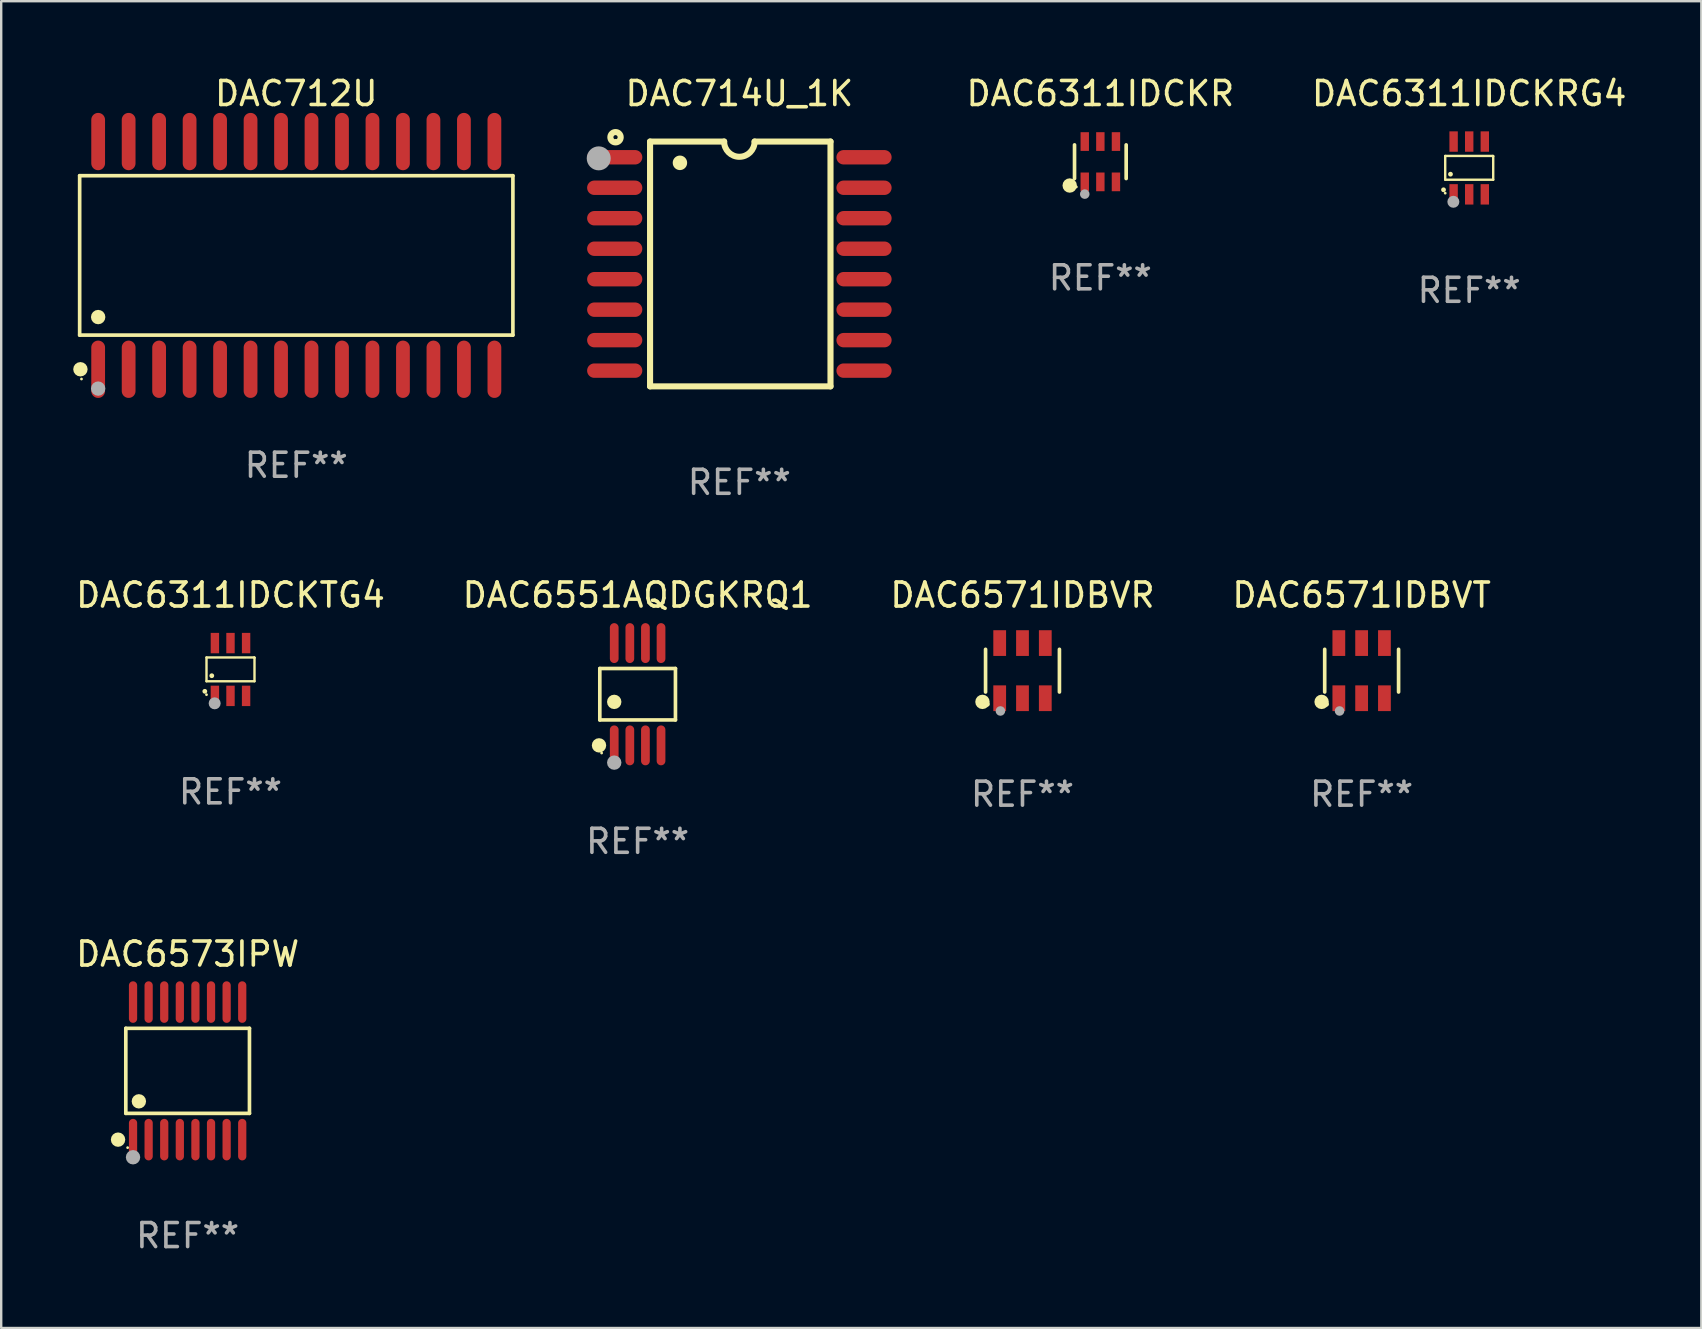
<source format=kicad_pcb>
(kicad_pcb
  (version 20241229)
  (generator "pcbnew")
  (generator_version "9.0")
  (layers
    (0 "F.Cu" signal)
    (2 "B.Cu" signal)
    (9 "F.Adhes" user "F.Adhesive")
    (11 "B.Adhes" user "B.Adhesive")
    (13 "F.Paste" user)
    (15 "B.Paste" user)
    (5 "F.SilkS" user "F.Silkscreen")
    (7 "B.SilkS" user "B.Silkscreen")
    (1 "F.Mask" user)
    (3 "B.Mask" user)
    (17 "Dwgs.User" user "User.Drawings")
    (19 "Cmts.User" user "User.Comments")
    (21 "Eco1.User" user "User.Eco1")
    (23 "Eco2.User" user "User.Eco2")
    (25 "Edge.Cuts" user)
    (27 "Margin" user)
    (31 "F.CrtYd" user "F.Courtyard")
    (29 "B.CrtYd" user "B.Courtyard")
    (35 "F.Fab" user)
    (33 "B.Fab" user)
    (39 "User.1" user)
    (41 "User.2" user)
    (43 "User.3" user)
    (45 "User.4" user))
  (footprint "DAC6573IPW"
    (layer "F.Cu")
    (at 4.768 41.569)
    (property "Reference" "DAC6573IPW" (at 0 -4.866 0) (layer "F.SilkS") (effects (font (size 1 1) (thickness 0.15))))
    (attr through_hole)
    (fp_line (start -2.576 -1.772) (end 2.576 -1.772) (stroke (width 0.152) (type solid)) (layer "F.SilkS"))
    (fp_line (start -2.576 1.771) (end -2.576 -1.772) (stroke (width 0.152) (type solid)) (layer "F.SilkS"))
    (fp_line (start 2.576 -1.772) (end 2.576 1.771) (stroke (width 0.152) (type solid)) (layer "F.SilkS"))
    (fp_line (start 2.576 1.771) (end -2.576 1.771) (stroke (width 0.152) (type solid)) (layer "F.SilkS"))
    (fp_circle (center -2.899 2.866) (end -2.749 2.866) (stroke (width 0.3) (type solid)) (fill no) (layer "F.SilkS"))
    (fp_circle (center -2.5 3.2) (end -2.47 3.2) (stroke (width 0.06) (type solid)) (fill no) (layer "F.SilkS"))
    (fp_circle (center -2.032 1.27) (end -1.882 1.27) (stroke (width 0.3) (type solid)) (fill no) (layer "F.SilkS"))
    (fp_circle (center -2.275 3.6) (end -2.125 3.6) (stroke (width 0.3) (type solid)) (fill no) (layer "F.Fab"))
    (fp_text user "REF**" (at 0 6.866 0) (layer "F.Fab") (effects (font (size 1 1) (thickness 0.15))))
    (pad "1" smd oval (at -2.275 2.866) (size 0.343 1.731) (layers "F.Cu" "F.Mask" "F.Paste"))
    (pad "2" smd oval (at -1.625 2.866) (size 0.343 1.731) (layers "F.Cu" "F.Mask" "F.Paste"))
    (pad "3" smd oval (at -0.975 2.866) (size 0.343 1.731) (layers "F.Cu" "F.Mask" "F.Paste"))
    (pad "4" smd oval (at -0.325 2.866) (size 0.343 1.731) (layers "F.Cu" "F.Mask" "F.Paste"))
    (pad "5" smd oval (at 0.325 2.866) (size 0.343 1.731) (layers "F.Cu" "F.Mask" "F.Paste"))
    (pad "6" smd oval (at 0.975 2.866) (size 0.343 1.731) (layers "F.Cu" "F.Mask" "F.Paste"))
    (pad "7" smd oval (at 1.625 2.866) (size 0.343 1.731) (layers "F.Cu" "F.Mask" "F.Paste"))
    (pad "8" smd oval (at 2.275 2.866) (size 0.343 1.731) (layers "F.Cu" "F.Mask" "F.Paste"))
    (pad "9" smd oval (at 2.275 -2.866) (size 0.343 1.731) (layers "F.Cu" "F.Mask" "F.Paste"))
    (pad "10" smd oval (at 1.625 -2.866) (size 0.343 1.731) (layers "F.Cu" "F.Mask" "F.Paste"))
    (pad "11" smd oval (at 0.975 -2.866) (size 0.343 1.731) (layers "F.Cu" "F.Mask" "F.Paste"))
    (pad "12" smd oval (at 0.325 -2.866) (size 0.343 1.731) (layers "F.Cu" "F.Mask" "F.Paste"))
    (pad "13" smd oval (at -0.325 -2.866) (size 0.343 1.731) (layers "F.Cu" "F.Mask" "F.Paste"))
    (pad "14" smd oval (at -0.975 -2.866) (size 0.343 1.731) (layers "F.Cu" "F.Mask" "F.Paste"))
    (pad "15" smd oval (at -1.625 -2.866) (size 0.343 1.731) (layers "F.Cu" "F.Mask" "F.Paste"))
    (pad "16" smd oval (at -2.275 -2.866) (size 0.343 1.731) (layers "F.Cu" "F.Mask" "F.Paste")))
  (footprint "DAC6311IDCKR"
    (layer "F.Cu")
    (at 42.798 3.688)
    (property "Reference" "DAC6311IDCKR" (at 0 -2.84 0) (layer "F.SilkS") (effects (font (size 1 1) (thickness 0.15))))
    (attr through_hole)
    (fp_line (start -1.076 0.701) (end -1.076 -0.701) (stroke (width 0.152) (type solid)) (layer "F.SilkS"))
    (fp_line (start 1.076 0.701) (end 1.076 -0.701) (stroke (width 0.152) (type solid)) (layer "F.SilkS"))
    (fp_circle (center -1.277 0.992) (end -1.127 0.992) (stroke (width 0.3) (type solid)) (fill no) (layer "F.SilkS"))
    (fp_circle (center -1 1.05) (end -0.97 1.05) (stroke (width 0.06) (type solid)) (fill no) (layer "F.SilkS"))
    (fp_circle (center -0.65 1.35) (end -0.55 1.35) (stroke (width 0.2) (type solid)) (fill no) (layer "F.Fab"))
    (fp_text user "REF**" (at 0 4.84 0) (layer "F.Fab") (effects (font (size 1 1) (thickness 0.15))))
    (pad "1" smd rect (at -0.65 0.84) (size 0.35 0.78) (layers "F.Cu" "F.Mask" "F.Paste"))
    (pad "2" smd rect (at 0 0.84) (size 0.35 0.78) (layers "F.Cu" "F.Mask" "F.Paste"))
    (pad "3" smd rect (at 0.65 0.84) (size 0.35 0.78) (layers "F.Cu" "F.Mask" "F.Paste"))
    (pad "4" smd rect (at 0.65 -0.84) (size 0.35 0.78) (layers "F.Cu" "F.Mask" "F.Paste"))
    (pad "5" smd rect (at 0 -0.84) (size 0.35 0.78) (layers "F.Cu" "F.Mask" "F.Paste"))
    (pad "6" smd rect (at -0.65 -0.84) (size 0.35 0.78) (layers "F.Cu" "F.Mask" "F.Paste")))
  (footprint "DAC6551AQDGKRQ1"
    (layer "F.Cu")
    (at 23.518 25.876)
    (property "Reference" "DAC6551AQDGKRQ1" (at 0 -4.131 0) (layer "F.SilkS") (effects (font (size 1 1) (thickness 0.15))))
    (attr through_hole)
    (fp_line (start -1.576 -1.071) (end 1.576 -1.071) (stroke (width 0.152) (type solid)) (layer "F.SilkS"))
    (fp_line (start -1.576 1.071) (end -1.576 -1.071) (stroke (width 0.152) (type solid)) (layer "F.SilkS"))
    (fp_line (start 1.576 -1.071) (end 1.576 1.071) (stroke (width 0.152) (type solid)) (layer "F.SilkS"))
    (fp_line (start 1.576 1.071) (end -1.576 1.071) (stroke (width 0.152) (type solid)) (layer "F.SilkS"))
    (fp_circle (center -1.609 2.131) (end -1.459 2.131) (stroke (width 0.3) (type solid)) (fill no) (layer "F.SilkS"))
    (fp_circle (center -1.5 2.45) (end -1.47 2.45) (stroke (width 0.06) (type solid)) (fill no) (layer "F.SilkS"))
    (fp_circle (center -0.975 0.319) (end -0.825 0.319) (stroke (width 0.3) (type solid)) (fill no) (layer "F.SilkS"))
    (fp_circle (center -0.975 2.85) (end -0.825 2.85) (stroke (width 0.3) (type solid)) (fill no) (layer "F.Fab"))
    (fp_text user "REF**" (at 0 6.131 0) (layer "F.Fab") (effects (font (size 1 1) (thickness 0.15))))
    (pad "1" smd oval (at -0.975 2.131) (size 0.364 1.662) (layers "F.Cu" "F.Mask" "F.Paste"))
    (pad "2" smd oval (at -0.325 2.131) (size 0.364 1.662) (layers "F.Cu" "F.Mask" "F.Paste"))
    (pad "3" smd oval (at 0.325 2.131) (size 0.364 1.662) (layers "F.Cu" "F.Mask" "F.Paste"))
    (pad "4" smd oval (at 0.975 2.131) (size 0.364 1.662) (layers "F.Cu" "F.Mask" "F.Paste"))
    (pad "5" smd oval (at 0.975 -2.131) (size 0.364 1.662) (layers "F.Cu" "F.Mask" "F.Paste"))
    (pad "6" smd oval (at 0.325 -2.131) (size 0.364 1.662) (layers "F.Cu" "F.Mask" "F.Paste"))
    (pad "7" smd oval (at -0.325 -2.131) (size 0.364 1.662) (layers "F.Cu" "F.Mask" "F.Paste"))
    (pad "8" smd oval (at -0.975 -2.131) (size 0.364 1.662) (layers "F.Cu" "F.Mask" "F.Paste")))
  (footprint "DAC6311IDCKRG4"
    (layer "F.Cu")
    (at 58.167 3.948)
    (property "Reference" "DAC6311IDCKRG4" (at 0 -3.1 0) (layer "F.SilkS") (effects (font (size 1 1) (thickness 0.15))))
    (attr through_hole)
    (fp_line (start -1 -0.5) (end -1 0.49) (stroke (width 0.1) (type solid)) (layer "F.SilkS"))
    (fp_line (start -1 0.49) (end 1 0.49) (stroke (width 0.1) (type solid)) (layer "F.SilkS"))
    (fp_line (start 0.99 -0.5) (end -1 -0.5) (stroke (width 0.1) (type solid)) (layer "F.SilkS"))
    (fp_line (start 1 -0.49) (end 0.99 -0.5) (stroke (width 0.1) (type solid)) (layer "F.SilkS"))
    (fp_line (start 1 0.49) (end 1 -0.49) (stroke (width 0.1) (type solid)) (layer "F.SilkS"))
    (fp_circle (center -1.07 0.91) (end -1.02 0.91) (stroke (width 0.1) (type solid)) (fill no) (layer "F.SilkS"))
    (fp_circle (center -1 1.05) (end -0.97 1.05) (stroke (width 0.06) (type solid)) (fill no) (layer "F.SilkS"))
    (fp_circle (center -0.78 0.26) (end -0.73 0.26) (stroke (width 0.1) (type solid)) (fill no) (layer "F.SilkS"))
    (fp_circle (center -0.66 1.41) (end -0.535 1.41) (stroke (width 0.25) (type solid)) (fill no) (layer "F.Fab"))
    (fp_text user "REF**" (at 0 5.1 0) (layer "F.Fab") (effects (font (size 1 1) (thickness 0.15))))
    (pad "1" smd rect (at -0.65 1.1) (size 0.35 0.85) (layers "F.Cu" "F.Mask" "F.Paste"))
    (pad "2" smd rect (at 0 1.1) (size 0.35 0.85) (layers "F.Cu" "F.Mask" "F.Paste"))
    (pad "3" smd rect (at 0.65 1.1) (size 0.35 0.85) (layers "F.Cu" "F.Mask" "F.Paste"))
    (pad "4" smd rect (at 0.65 -1.1) (size 0.35 0.85) (layers "F.Cu" "F.Mask" "F.Paste"))
    (pad "5" smd rect (at 0 -1.1) (size 0.35 0.85) (layers "F.Cu" "F.Mask" "F.Paste"))
    (pad "6" smd rect (at -0.65 -1.1) (size 0.35 0.85) (layers "F.Cu" "F.Mask" "F.Paste")))
  (footprint "DAC6571IDBVT"
    (layer "F.Cu")
    (at 53.685 24.894)
    (property "Reference" "DAC6571IDBVT" (at 0 -3.149 0) (layer "F.SilkS") (effects (font (size 1 1) (thickness 0.15))))
    (attr through_hole)
    (fp_line (start -1.539 0.889) (end -1.539 -0.889) (stroke (width 0.152) (type solid)) (layer "F.SilkS"))
    (fp_line (start 1.539 0.889) (end 1.539 -0.889) (stroke (width 0.152) (type solid)) (layer "F.SilkS"))
    (fp_circle (center -1.668 1.301) (end -1.518 1.301) (stroke (width 0.3) (type solid)) (fill no) (layer "F.SilkS"))
    (fp_circle (center -1.463 1.4) (end -1.413 1.4) (stroke (width 0.1) (type solid)) (fill no) (layer "F.SilkS"))
    (fp_circle (center -0.92 1.68) (end -0.82 1.68) (stroke (width 0.2) (type solid)) (fill no) (layer "F.Fab"))
    (fp_text user "REF**" (at 0 5.149 0) (layer "F.Fab") (effects (font (size 1 1) (thickness 0.15))))
    (pad "1" smd rect (at -0.95 1.149) (size 0.532 1.072) (layers "F.Cu" "F.Mask" "F.Paste"))
    (pad "2" smd rect (at 0 1.149) (size 0.532 1.072) (layers "F.Cu" "F.Mask" "F.Paste"))
    (pad "3" smd rect (at 0.95 1.149) (size 0.532 1.072) (layers "F.Cu" "F.Mask" "F.Paste"))
    (pad "4" smd rect (at 0.95 -1.149) (size 0.532 1.072) (layers "F.Cu" "F.Mask" "F.Paste"))
    (pad "5" smd rect (at 0 -1.149) (size 0.532 1.072) (layers "F.Cu" "F.Mask" "F.Paste"))
    (pad "6" smd rect (at -0.95 -1.149) (size 0.532 1.072) (layers "F.Cu" "F.Mask" "F.Paste")))
  (footprint "DAC712U"
    (layer "F.Cu")
    (at 9.295 7.592)
    (property "Reference" "DAC712U" (at 0 -6.744 0) (layer "F.SilkS") (effects (font (size 1 1) (thickness 0.15))))
    (attr through_hole)
    (fp_line (start -9.026 -3.321) (end 9.026 -3.321) (stroke (width 0.152) (type solid)) (layer "F.SilkS"))
    (fp_line (start -9.026 3.321) (end -9.026 -3.321) (stroke (width 0.152) (type solid)) (layer "F.SilkS"))
    (fp_line (start 9.026 -3.321) (end 9.026 3.321) (stroke (width 0.152) (type solid)) (layer "F.SilkS"))
    (fp_line (start 9.026 3.321) (end -9.026 3.321) (stroke (width 0.152) (type solid)) (layer "F.SilkS"))
    (fp_circle (center -8.994 4.744) (end -8.844 4.744) (stroke (width 0.3) (type solid)) (fill no) (layer "F.SilkS"))
    (fp_circle (center -8.95 5.15) (end -8.92 5.15) (stroke (width 0.06) (type solid)) (fill no) (layer "F.SilkS"))
    (fp_circle (center -8.255 2.569) (end -8.105 2.569) (stroke (width 0.3) (type solid)) (fill no) (layer "F.SilkS"))
    (fp_circle (center -8.255 5.55) (end -8.105 5.55) (stroke (width 0.3) (type solid)) (fill no) (layer "F.Fab"))
    (fp_text user "REF**" (at 0 8.744 0) (layer "F.Fab") (effects (font (size 1 1) (thickness 0.15))))
    (pad "1" smd oval (at -8.255 4.744) (size 0.574 2.388) (layers "F.Cu" "F.Mask" "F.Paste"))
    (pad "2" smd oval (at -6.985 4.744) (size 0.574 2.388) (layers "F.Cu" "F.Mask" "F.Paste"))
    (pad "3" smd oval (at -5.715 4.744) (size 0.574 2.388) (layers "F.Cu" "F.Mask" "F.Paste"))
    (pad "4" smd oval (at -4.445 4.744) (size 0.574 2.388) (layers "F.Cu" "F.Mask" "F.Paste"))
    (pad "5" smd oval (at -3.175 4.744) (size 0.574 2.388) (layers "F.Cu" "F.Mask" "F.Paste"))
    (pad "6" smd oval (at -1.905 4.744) (size 0.574 2.388) (layers "F.Cu" "F.Mask" "F.Paste"))
    (pad "7" smd oval (at -0.635 4.744) (size 0.574 2.388) (layers "F.Cu" "F.Mask" "F.Paste"))
    (pad "8" smd oval (at 0.635 4.744) (size 0.574 2.388) (layers "F.Cu" "F.Mask" "F.Paste"))
    (pad "9" smd oval (at 1.905 4.744) (size 0.574 2.388) (layers "F.Cu" "F.Mask" "F.Paste"))
    (pad "10" smd oval (at 3.175 4.744) (size 0.574 2.388) (layers "F.Cu" "F.Mask" "F.Paste"))
    (pad "11" smd oval (at 4.445 4.744) (size 0.574 2.388) (layers "F.Cu" "F.Mask" "F.Paste"))
    (pad "12" smd oval (at 5.715 4.744) (size 0.574 2.388) (layers "F.Cu" "F.Mask" "F.Paste"))
    (pad "13" smd oval (at 6.985 4.744) (size 0.574 2.388) (layers "F.Cu" "F.Mask" "F.Paste"))
    (pad "14" smd oval (at 8.255 4.744) (size 0.574 2.388) (layers "F.Cu" "F.Mask" "F.Paste"))
    (pad "15" smd oval (at 8.255 -4.744) (size 0.574 2.388) (layers "F.Cu" "F.Mask" "F.Paste"))
    (pad "16" smd oval (at 6.985 -4.744) (size 0.574 2.388) (layers "F.Cu" "F.Mask" "F.Paste"))
    (pad "17" smd oval (at 5.715 -4.744) (size 0.574 2.388) (layers "F.Cu" "F.Mask" "F.Paste"))
    (pad "18" smd oval (at 4.445 -4.744) (size 0.574 2.388) (layers "F.Cu" "F.Mask" "F.Paste"))
    (pad "19" smd oval (at 3.175 -4.744) (size 0.574 2.388) (layers "F.Cu" "F.Mask" "F.Paste"))
    (pad "20" smd oval (at 1.905 -4.744) (size 0.574 2.388) (layers "F.Cu" "F.Mask" "F.Paste"))
    (pad "21" smd oval (at 0.635 -4.744) (size 0.574 2.388) (layers "F.Cu" "F.Mask" "F.Paste"))
    (pad "22" smd oval (at -0.635 -4.744) (size 0.574 2.388) (layers "F.Cu" "F.Mask" "F.Paste"))
    (pad "23" smd oval (at -1.905 -4.744) (size 0.574 2.388) (layers "F.Cu" "F.Mask" "F.Paste"))
    (pad "24" smd oval (at -3.175 -4.744) (size 0.574 2.388) (layers "F.Cu" "F.Mask" "F.Paste"))
    (pad "25" smd oval (at -4.445 -4.744) (size 0.574 2.388) (layers "F.Cu" "F.Mask" "F.Paste"))
    (pad "26" smd oval (at -5.715 -4.744) (size 0.574 2.388) (layers "F.Cu" "F.Mask" "F.Paste"))
    (pad "27" smd oval (at -6.985 -4.744) (size 0.574 2.388) (layers "F.Cu" "F.Mask" "F.Paste"))
    (pad "28" smd oval (at -8.255 -4.744) (size 0.574 2.388) (layers "F.Cu" "F.Mask" "F.Paste")))
  (footprint "DAC714U_1K"
    (layer "F.Cu")
    (at 27.757 7.948)
    (property "Reference" "DAC714U_1K" (at 0 -7.1 0) (layer "F.SilkS") (effects (font (size 1 1) (thickness 0.15))))
    (attr through_hole)
    (fp_line (start -3.721 -5.1) (end -3.721 5.1) (stroke (width 0.254) (type solid)) (layer "F.SilkS"))
    (fp_line (start -3.721 -5.1) (end -0.635 -5.1) (stroke (width 0.254) (type solid)) (layer "F.SilkS"))
    (fp_line (start -3.721 5.1) (end 3.797 5.1) (stroke (width 0.254) (type solid)) (layer "F.SilkS"))
    (fp_line (start 3.797 -5.1) (end 0.635 -5.1) (stroke (width 0.254) (type solid)) (layer "F.SilkS"))
    (fp_line (start 3.797 5.1) (end 3.797 -5.1) (stroke (width 0.254) (type solid)) (layer "F.SilkS"))
    (fp_arc (start -2.476556 -4.211328) (mid -2.476567 -4.213868) (end -2.476556 -4.216408) (stroke (width 0.6) (type solid)) (layer "F.SilkS"))
    (fp_arc (start 0.63495 -5.100076) (mid -0.000178 -4.465329) (end -0.635052 -5.10033) (stroke (width 0.254001) (type solid)) (layer "F.SilkS"))
    (fp_circle (center -5.16 -5.28) (end -4.945 -5.28) (stroke (width 0.254) (type solid)) (fill no) (layer "F.SilkS"))
    (fp_circle (center -5.15 -5.15) (end -5.12 -5.15) (stroke (width 0.06) (type solid)) (fill no) (layer "F.SilkS"))
    (fp_circle (center -5.86 -4.4) (end -5.61 -4.4) (stroke (width 0.5) (type solid)) (fill no) (layer "F.Fab"))
    (fp_text user "REF**" (at 0 9.1 0) (layer "F.Fab") (effects (font (size 1 1) (thickness 0.15))))
    (pad "1" smd oval (at -5.194 -4.445) (size 2.3 0.6) (layers "F.Cu" "F.Mask" "F.Paste"))
    (pad "2" smd oval (at -5.194 -3.175) (size 2.3 0.6) (layers "F.Cu" "F.Mask" "F.Paste"))
    (pad "3" smd oval (at -5.194 -1.905) (size 2.3 0.6) (layers "F.Cu" "F.Mask" "F.Paste"))
    (pad "4" smd oval (at -5.194 -0.635) (size 2.3 0.6) (layers "F.Cu" "F.Mask" "F.Paste"))
    (pad "5" smd oval (at -5.194 0.635) (size 2.3 0.6) (layers "F.Cu" "F.Mask" "F.Paste"))
    (pad "6" smd oval (at -5.194 1.905) (size 2.3 0.6) (layers "F.Cu" "F.Mask" "F.Paste"))
    (pad "7" smd oval (at -5.194 3.175) (size 2.3 0.6) (layers "F.Cu" "F.Mask" "F.Paste"))
    (pad "8" smd oval (at -5.194 4.445) (size 2.3 0.6) (layers "F.Cu" "F.Mask" "F.Paste"))
    (pad "9" smd oval (at 5.194 4.445) (size 2.3 0.6) (layers "F.Cu" "F.Mask" "F.Paste"))
    (pad "10" smd oval (at 5.194 3.175) (size 2.3 0.6) (layers "F.Cu" "F.Mask" "F.Paste"))
    (pad "11" smd oval (at 5.194 1.905) (size 2.3 0.6) (layers "F.Cu" "F.Mask" "F.Paste"))
    (pad "12" smd oval (at 5.194 0.635) (size 2.3 0.6) (layers "F.Cu" "F.Mask" "F.Paste"))
    (pad "13" smd oval (at 5.194 -0.635) (size 2.3 0.6) (layers "F.Cu" "F.Mask" "F.Paste"))
    (pad "14" smd oval (at 5.194 -1.905) (size 2.3 0.6) (layers "F.Cu" "F.Mask" "F.Paste"))
    (pad "15" smd oval (at 5.194 -3.175) (size 2.3 0.6) (layers "F.Cu" "F.Mask" "F.Paste"))
    (pad "16" smd oval (at 5.194 -4.445) (size 2.3 0.6) (layers "F.Cu" "F.Mask" "F.Paste")))
  (footprint "DAC6571IDBVR"
    (layer "F.Cu")
    (at 39.554 24.894)
    (property "Reference" "DAC6571IDBVR" (at 0 -3.149 0) (layer "F.SilkS") (effects (font (size 1 1) (thickness 0.15))))
    (attr through_hole)
    (fp_line (start -1.539 0.889) (end -1.539 -0.889) (stroke (width 0.152) (type solid)) (layer "F.SilkS"))
    (fp_line (start 1.539 0.889) (end 1.539 -0.889) (stroke (width 0.152) (type solid)) (layer "F.SilkS"))
    (fp_circle (center -1.668 1.301) (end -1.518 1.301) (stroke (width 0.3) (type solid)) (fill no) (layer "F.SilkS"))
    (fp_circle (center -1.463 1.4) (end -1.413 1.4) (stroke (width 0.1) (type solid)) (fill no) (layer "F.SilkS"))
    (fp_circle (center -0.92 1.68) (end -0.82 1.68) (stroke (width 0.2) (type solid)) (fill no) (layer "F.Fab"))
    (fp_text user "REF**" (at 0 5.149 0) (layer "F.Fab") (effects (font (size 1 1) (thickness 0.15))))
    (pad "1" smd rect (at -0.95 1.149) (size 0.532 1.072) (layers "F.Cu" "F.Mask" "F.Paste"))
    (pad "2" smd rect (at 0 1.149) (size 0.532 1.072) (layers "F.Cu" "F.Mask" "F.Paste"))
    (pad "3" smd rect (at 0.95 1.149) (size 0.532 1.072) (layers "F.Cu" "F.Mask" "F.Paste"))
    (pad "4" smd rect (at 0.95 -1.149) (size 0.532 1.072) (layers "F.Cu" "F.Mask" "F.Paste"))
    (pad "5" smd rect (at 0 -1.149) (size 0.532 1.072) (layers "F.Cu" "F.Mask" "F.Paste"))
    (pad "6" smd rect (at -0.95 -1.149) (size 0.532 1.072) (layers "F.Cu" "F.Mask" "F.Paste")))
  (footprint "DAC6311IDCKTG4"
    (layer "F.Cu")
    (at 6.554 24.845)
    (property "Reference" "DAC6311IDCKTG4" (at 0 -3.1 0) (layer "F.SilkS") (effects (font (size 1 1) (thickness 0.15))))
    (attr through_hole)
    (fp_line (start -1 -0.5) (end -1 0.49) (stroke (width 0.1) (type solid)) (layer "F.SilkS"))
    (fp_line (start -1 0.49) (end 1 0.49) (stroke (width 0.1) (type solid)) (layer "F.SilkS"))
    (fp_line (start 0.99 -0.5) (end -1 -0.5) (stroke (width 0.1) (type solid)) (layer "F.SilkS"))
    (fp_line (start 1 -0.49) (end 0.99 -0.5) (stroke (width 0.1) (type solid)) (layer "F.SilkS"))
    (fp_line (start 1 0.49) (end 1 -0.49) (stroke (width 0.1) (type solid)) (layer "F.SilkS"))
    (fp_circle (center -1.07 0.91) (end -1.02 0.91) (stroke (width 0.1) (type solid)) (fill no) (layer "F.SilkS"))
    (fp_circle (center -1 1.05) (end -0.97 1.05) (stroke (width 0.06) (type solid)) (fill no) (layer "F.SilkS"))
    (fp_circle (center -0.78 0.26) (end -0.73 0.26) (stroke (width 0.1) (type solid)) (fill no) (layer "F.SilkS"))
    (fp_circle (center -0.66 1.41) (end -0.535 1.41) (stroke (width 0.25) (type solid)) (fill no) (layer "F.Fab"))
    (fp_text user "REF**" (at 0 5.1 0) (layer "F.Fab") (effects (font (size 1 1) (thickness 0.15))))
    (pad "1" smd rect (at -0.65 1.1) (size 0.35 0.85) (layers "F.Cu" "F.Mask" "F.Paste"))
    (pad "2" smd rect (at 0 1.1) (size 0.35 0.85) (layers "F.Cu" "F.Mask" "F.Paste"))
    (pad "3" smd rect (at 0.65 1.1) (size 0.35 0.85) (layers "F.Cu" "F.Mask" "F.Paste"))
    (pad "4" smd rect (at 0.65 -1.1) (size 0.35 0.85) (layers "F.Cu" "F.Mask" "F.Paste"))
    (pad "5" smd rect (at 0 -1.1) (size 0.35 0.85) (layers "F.Cu" "F.Mask" "F.Paste"))
    (pad "6" smd rect (at -0.65 -1.1) (size 0.35 0.85) (layers "F.Cu" "F.Mask" "F.Paste")))
  (gr_rect
    (start -3 -3)
    (end 67.839 52.283)
    (stroke (width 0.1) (type default))
    (fill no)
    (layer "Edge.Cuts")))
</source>
